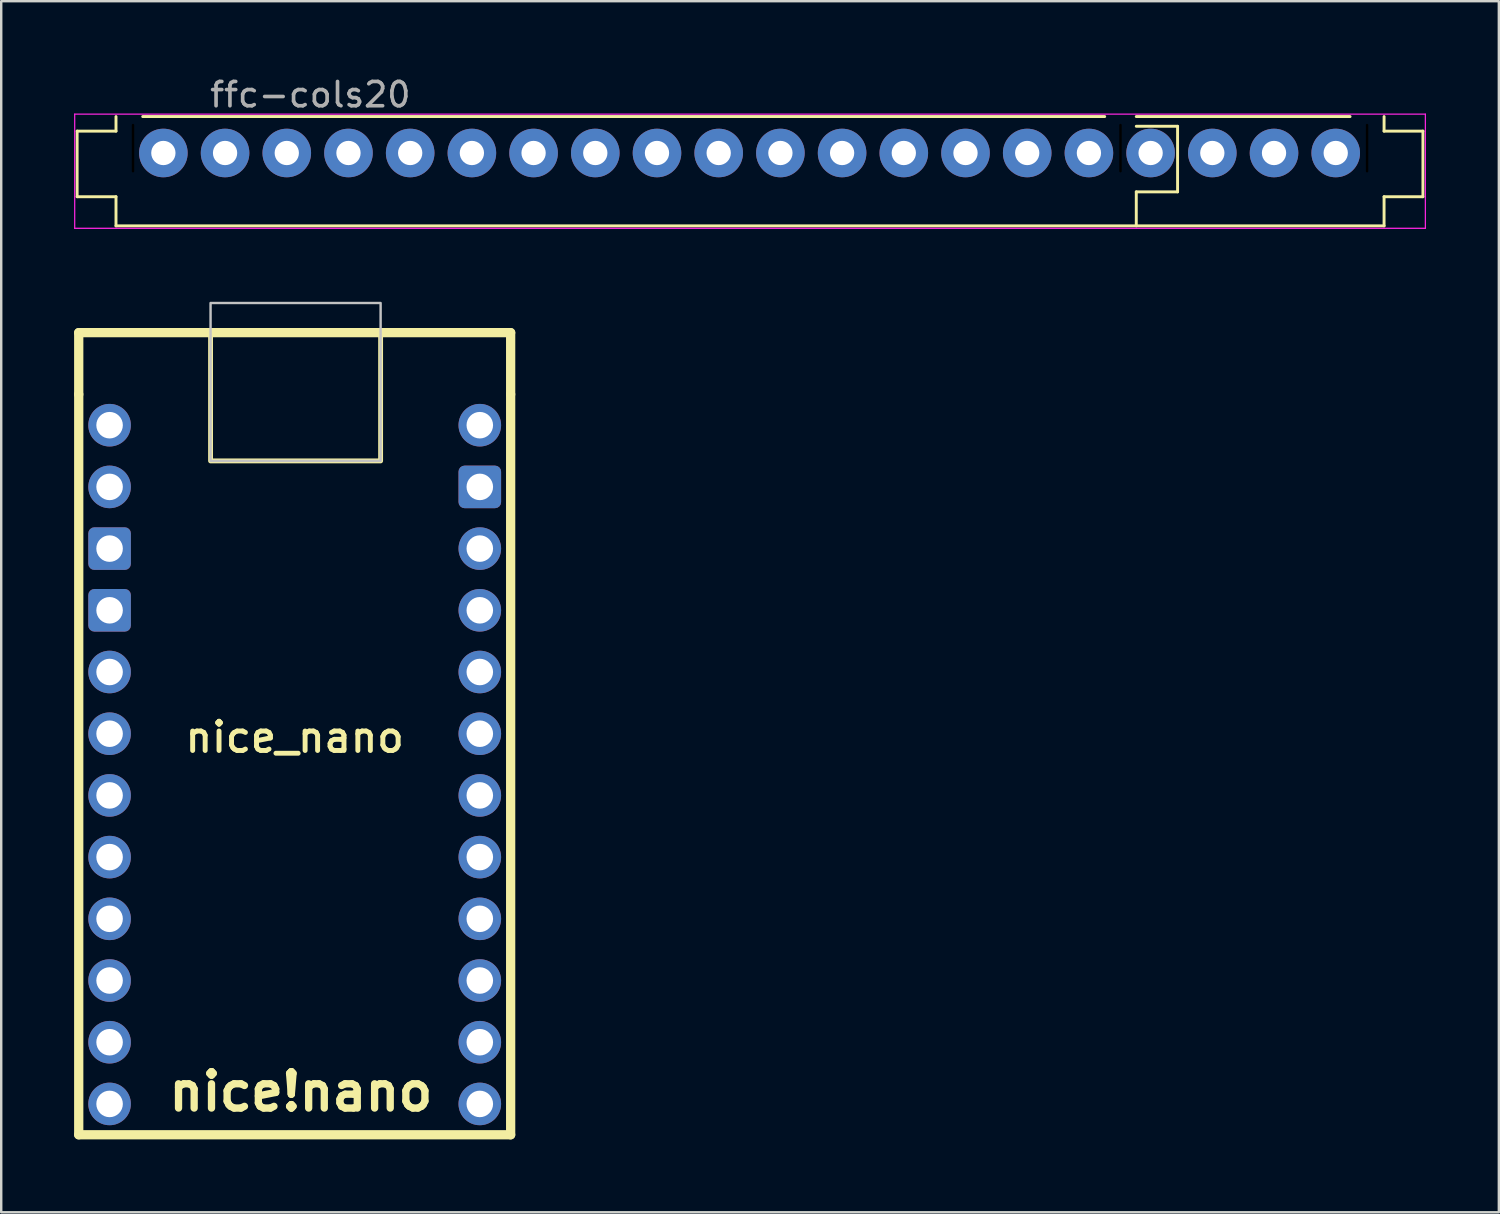
<source format=kicad_pcb>
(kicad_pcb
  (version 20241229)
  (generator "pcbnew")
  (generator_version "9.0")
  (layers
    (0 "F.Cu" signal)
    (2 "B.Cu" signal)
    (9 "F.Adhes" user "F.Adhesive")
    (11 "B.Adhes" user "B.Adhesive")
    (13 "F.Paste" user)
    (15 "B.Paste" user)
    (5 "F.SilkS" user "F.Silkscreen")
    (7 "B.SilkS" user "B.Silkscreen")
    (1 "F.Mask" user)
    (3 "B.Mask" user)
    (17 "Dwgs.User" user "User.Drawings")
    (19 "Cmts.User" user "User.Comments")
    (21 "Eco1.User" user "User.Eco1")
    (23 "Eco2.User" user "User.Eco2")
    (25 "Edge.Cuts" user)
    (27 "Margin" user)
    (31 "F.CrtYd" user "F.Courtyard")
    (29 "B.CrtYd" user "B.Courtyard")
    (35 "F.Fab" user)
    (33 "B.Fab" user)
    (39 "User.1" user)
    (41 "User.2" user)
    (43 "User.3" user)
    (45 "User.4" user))
  (footprint "ffc-cols20"
    (layer "F.Cu")
    (at 22.725 3.248)
    (property "Reference" "ffc-cols20" (at -13 -2.4 0) (layer "F.Fab") (effects (font (size 1 1) (thickness 0.15))))
    (attr through_hole)
    (fp_line (start -22.6 -0.9) (end -22.6 1.8) (stroke (width 0.12) (type default)) (layer "F.SilkS"))
    (fp_line (start -22.6 1.8) (end -21 1.8) (stroke (width 0.12) (type default)) (layer "F.SilkS"))
    (fp_line (start -21 -1.5) (end -21 -0.9) (stroke (width 0.12) (type default)) (layer "F.SilkS"))
    (fp_line (start -21 -0.9) (end -22.6 -0.9) (stroke (width 0.12) (type default)) (layer "F.SilkS"))
    (fp_line (start -21 1.8) (end -21 3) (stroke (width 0.12) (type solid)) (layer "F.SilkS"))
    (fp_line (start -19.9 -1.5) (end 19.7 -1.5) (stroke (width 0.12) (type solid)) (layer "F.SilkS"))
    (fp_line (start 21 -1.1) (end 22.7 -1.1) (stroke (width 0.12) (type default)) (layer "F.SilkS"))
    (fp_line (start 21 1.6) (end 21 3) (stroke (width 0.12) (type solid)) (layer "F.SilkS"))
    (fp_line (start 22.7 -1.1) (end 22.7 1.6) (stroke (width 0.12) (type default)) (layer "F.SilkS"))
    (fp_line (start 22.7 1.6) (end 21 1.6) (stroke (width 0.12) (type default)) (layer "F.SilkS"))
    (fp_line (start 29.8 -1.5) (end 21 -1.5) (stroke (width 0.12) (type default)) (layer "F.SilkS"))
    (fp_line (start 31.2 -0.9) (end 32.8 -0.9) (stroke (width 0.12) (type default)) (layer "F.SilkS"))
    (fp_line (start 31.2 1.8) (end 31.2 3) (stroke (width 0.12) (type solid)) (layer "F.SilkS"))
    (fp_line (start 31.2 3) (end -21 3) (stroke (width 0.12) (type solid)) (layer "F.SilkS"))
    (fp_line (start 31.201 -1.5) (end 31.2 -0.9) (stroke (width 0.12) (type default)) (layer "F.SilkS"))
    (fp_line (start 32.8 -0.9) (end 32.8 1.8) (stroke (width 0.12) (type default)) (layer "F.SilkS"))
    (fp_line (start 32.8 1.8) (end 31.2 1.8) (stroke (width 0.12) (type default)) (layer "F.SilkS"))
    (fp_line (start -22.7 -1.6) (end 32.9 -1.6) (stroke (width 0.05) (type solid)) (layer "F.CrtYd"))
    (fp_line (start -22.7 3.1) (end -22.7 -1.6) (stroke (width 0.05) (type solid)) (layer "F.CrtYd"))
    (fp_line (start 32.9 -1.6) (end 32.9 3.1) (stroke (width 0.05) (type solid)) (layer "F.CrtYd"))
    (fp_line (start 32.9 3.1) (end -22.7 3.1) (stroke (width 0.05) (type solid)) (layer "F.CrtYd"))
    (pad "" np_thru_hole custom (at -20.3 -0.2 90) (size 2 0.1) (drill oval 2.9 0.7) (layers "*.Mask") (options (anchor rect)) (primitives))
    (pad "" np_thru_hole custom (at 20.35 -0.2 90) (size 2 0.1) (drill oval 2.9 0.7) (layers "*.Mask") (options (anchor rect)) (primitives))
    (pad "" np_thru_hole custom (at 30.5 -0.2 90) (size 2 0.1) (drill oval 2.9 0.7) (layers "*.Mask") (options (anchor rect)) (primitives))
    (pad "1" thru_hole circle (at -19.05 0) (size 2 2) (drill 1) (layers "*.Cu" "*.Mask"))
    (pad "2" thru_hole circle (at -16.51 0) (size 2 2) (drill 1) (layers "*.Cu" "*.Mask"))
    (pad "3" thru_hole circle (at -13.97 0) (size 2 2) (drill 1) (layers "*.Cu" "*.Mask"))
    (pad "4" thru_hole circle (at -11.43 0) (size 2 2) (drill 1) (layers "*.Cu" "*.Mask"))
    (pad "5" thru_hole circle (at -8.89 0) (size 2 2) (drill 1) (layers "*.Cu" "*.Mask"))
    (pad "6" thru_hole circle (at -6.35 0) (size 2 2) (drill 1) (layers "*.Cu" "*.Mask"))
    (pad "7" thru_hole circle (at -3.81 0) (size 2 2) (drill 1) (layers "*.Cu" "*.Mask"))
    (pad "8" thru_hole circle (at -1.27 0) (size 2 2) (drill 1) (layers "*.Cu" "*.Mask"))
    (pad "9" thru_hole circle (at 1.27 0) (size 2 2) (drill 1) (layers "*.Cu" "*.Mask"))
    (pad "10" thru_hole circle (at 3.81 0) (size 2 2) (drill 1) (layers "*.Cu" "*.Mask"))
    (pad "11" thru_hole circle (at 6.35 0) (size 2 2) (drill 1) (layers "*.Cu" "*.Mask"))
    (pad "12" thru_hole circle (at 8.89 0) (size 2 2) (drill 1) (layers "*.Cu" "*.Mask"))
    (pad "13" thru_hole circle (at 11.43 0) (size 2 2) (drill 1) (layers "*.Cu" "*.Mask"))
    (pad "14" thru_hole circle (at 13.97 0) (size 2 2) (drill 1) (layers "*.Cu" "*.Mask"))
    (pad "15" thru_hole circle (at 16.51 0) (size 2 2) (drill 1) (layers "*.Cu" "*.Mask"))
    (pad "16" thru_hole circle (at 19.05 0) (size 2 2) (drill 1) (layers "*.Cu" "*.Mask"))
    (pad "17" thru_hole circle (at 21.59 0) (size 2 2) (drill 1) (layers "*.Cu" "*.Mask"))
    (pad "18" thru_hole circle (at 24.13 0) (size 2 2) (drill 1) (layers "*.Cu" "*.Mask"))
    (pad "19" thru_hole circle (at 26.67 0) (size 2 2) (drill 1) (layers "*.Cu" "*.Mask"))
    (pad "20" thru_hole circle (at 29.21 0) (size 2 2) (drill 1) (layers "*.Cu" "*.Mask")))
  (footprint "nice_nano"
    (layer "F.Cu")
    (at 9.118 27.923)
    (property "Reference" "nice_nano" (at -0.037 -0.625 180) (layer "F.SilkS") (effects (font (size 1.2 1.2) (thickness 0.203))))
    (attr through_hole)
    (fp_line (start -8.927 -17.28) (end -8.927 -14.74) (stroke (width 0.381) (type solid)) (layer "F.SilkS"))
    (fp_line (start -8.927 -14.74) (end -8.927 15.74) (stroke (width 0.381) (type solid)) (layer "F.SilkS"))
    (fp_line (start -8.927 15.74) (end 8.853 15.74) (stroke (width 0.381) (type solid)) (layer "F.SilkS"))
    (fp_line (start 8.853 -17.28) (end -8.927 -17.28) (stroke (width 0.381) (type solid)) (layer "F.SilkS"))
    (fp_line (start 8.853 -14.74) (end 8.853 -17.28) (stroke (width 0.381) (type solid)) (layer "F.SilkS"))
    (fp_line (start 8.853 15.74) (end 8.853 -14.74) (stroke (width 0.381) (type solid)) (layer "F.SilkS"))
    (fp_rect (start -3.5 -17.302) (end 3.5 -12) (stroke (width 0.2) (type default)) (fill no) (layer "F.SilkS"))
    (fp_rect (start -3.5 -18.5) (end 3.5 -12) (stroke (width 0.1) (type default)) (fill no) (layer "Dwgs.User"))
    (fp_text user "nice!nano" (at 0.217 13.962 0) (layer "F.SilkS") (effects (font (size 1.5 1.5) (thickness 0.3))))
    (pad "2" thru_hole circle (at -7.657 -13.47 270) (size 1.753 1.753) (drill 1.092) (layers "*.Cu" "*.Mask"))
    (pad "3" thru_hole circle (at -7.657 -10.93 270) (size 1.753 1.753) (drill 1.092) (layers "*.Cu" "*.Mask"))
    (pad "4" thru_hole roundrect (at -7.657 -8.39 270) (size 1.753 1.753) (drill 1.092) (layers "*.Cu" "*.Mask") (roundrect_rratio 0.143))
    (pad "5" thru_hole roundrect (at -7.657 -5.85 270) (size 1.753 1.753) (drill 1.092) (layers "*.Cu" "*.Mask") (roundrect_rratio 0.143))
    (pad "6" thru_hole circle (at -7.657 -3.31 270) (size 1.753 1.753) (drill 1.092) (layers "*.Cu" "*.Mask"))
    (pad "7" thru_hole circle (at -7.657 -0.77 270) (size 1.753 1.753) (drill 1.092) (layers "*.Cu" "*.Mask"))
    (pad "8" thru_hole circle (at -7.657 1.77 270) (size 1.753 1.753) (drill 1.092) (layers "*.Cu" "*.Mask"))
    (pad "9" thru_hole circle (at -7.657 4.31 270) (size 1.753 1.753) (drill 1.092) (layers "*.Cu" "*.Mask"))
    (pad "10" thru_hole circle (at -7.657 6.85 270) (size 1.753 1.753) (drill 1.092) (layers "*.Cu" "*.Mask"))
    (pad "11" thru_hole circle (at -7.657 9.39 270) (size 1.753 1.753) (drill 1.092) (layers "*.Cu" "*.Mask"))
    (pad "12" thru_hole circle (at -7.657 11.93 270) (size 1.753 1.753) (drill 1.092) (layers "*.Cu" "*.Mask"))
    (pad "13" thru_hole circle (at -7.657 14.47 270) (size 1.753 1.753) (drill 1.092) (layers "*.Cu" "*.Mask"))
    (pad "15" thru_hole circle (at 7.583 -13.47 270) (size 1.753 1.753) (drill 1.092) (layers "*.Cu" "*.Mask"))
    (pad "16" thru_hole roundrect (at 7.583 -10.93 270) (size 1.753 1.753) (drill 1.092) (layers "*.Cu" "*.Mask") (roundrect_rratio 0.143))
    (pad "17" thru_hole circle (at 7.583 -8.39 270) (size 1.753 1.753) (drill 1.092) (layers "*.Cu" "*.Mask"))
    (pad "18" thru_hole circle (at 7.583 -5.85 270) (size 1.753 1.753) (drill 1.092) (layers "*.Cu" "*.Mask"))
    (pad "19" thru_hole circle (at 7.583 -3.31 270) (size 1.753 1.753) (drill 1.092) (layers "*.Cu" "*.Mask"))
    (pad "20" thru_hole circle (at 7.583 -0.77 270) (size 1.753 1.753) (drill 1.092) (layers "*.Cu" "*.Mask"))
    (pad "21" thru_hole circle (at 7.583 1.77 270) (size 1.753 1.753) (drill 1.092) (layers "*.Cu" "*.Mask"))
    (pad "22" thru_hole circle (at 7.583 4.31 270) (size 1.753 1.753) (drill 1.092) (layers "*.Cu" "*.Mask"))
    (pad "23" thru_hole circle (at 7.583 6.85 270) (size 1.753 1.753) (drill 1.092) (layers "*.Cu" "*.Mask"))
    (pad "24" thru_hole circle (at 7.583 9.39 270) (size 1.753 1.753) (drill 1.092) (layers "*.Cu" "*.Mask"))
    (pad "25" thru_hole circle (at 7.583 11.93 270) (size 1.753 1.753) (drill 1.092) (layers "*.Cu" "*.Mask"))
    (pad "26" thru_hole circle (at 7.583 14.47 270) (size 1.753 1.753) (drill 1.092) (layers "*.Cu" "*.Mask")))
  (gr_rect
    (start -3 -3)
    (end 58.65 46.854)
    (stroke (width 0.1) (type default))
    (fill no)
    (layer "Edge.Cuts")))
</source>
